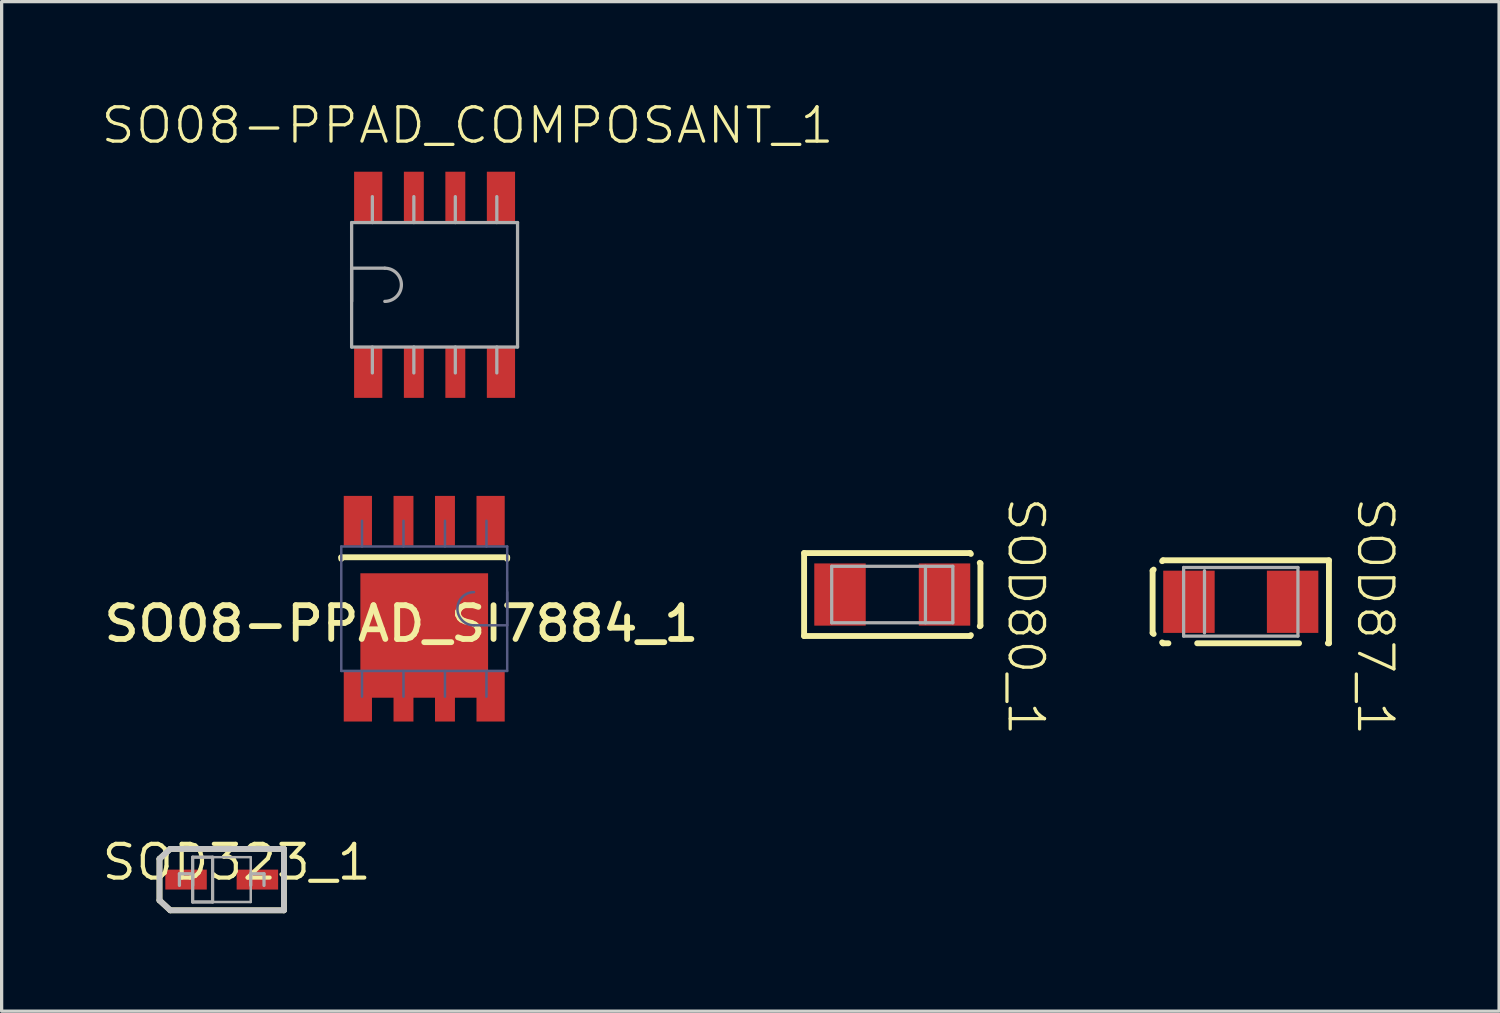
<source format=kicad_pcb>
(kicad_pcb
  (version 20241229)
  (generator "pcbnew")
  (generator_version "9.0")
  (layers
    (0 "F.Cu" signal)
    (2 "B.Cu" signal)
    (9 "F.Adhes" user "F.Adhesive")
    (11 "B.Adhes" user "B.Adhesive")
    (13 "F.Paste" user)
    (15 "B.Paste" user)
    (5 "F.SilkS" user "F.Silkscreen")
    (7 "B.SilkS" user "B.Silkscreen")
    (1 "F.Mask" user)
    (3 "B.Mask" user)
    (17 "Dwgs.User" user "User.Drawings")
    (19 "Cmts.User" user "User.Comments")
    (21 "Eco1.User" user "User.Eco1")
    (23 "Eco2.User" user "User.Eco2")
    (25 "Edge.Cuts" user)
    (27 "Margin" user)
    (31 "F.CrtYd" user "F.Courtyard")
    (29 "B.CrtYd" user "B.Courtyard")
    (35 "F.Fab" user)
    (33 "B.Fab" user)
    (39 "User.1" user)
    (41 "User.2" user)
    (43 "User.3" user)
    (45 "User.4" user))
  (footprint "SOD80_1"
    (layer "F.Cu")
    (at 24.267 15.152)
    (property "Reference" "SOD80_1" (at 4.092 0.672 270) (unlocked yes) (layer "F.SilkS") (effects (font (size 1.05 1.104) (thickness 0.1))))
    (attr smd)
    (fp_line (start -2.699 -1.27) (end 2.381 -1.27) (stroke (width 0.18) (type solid)) (layer "F.SilkS"))
    (fp_line (start -2.699 1.27) (end -2.699 -1.27) (stroke (width 0.18) (type solid)) (layer "F.SilkS"))
    (fp_line (start -2.699 1.27) (end 2.381 1.27) (stroke (width 0.18) (type solid)) (layer "F.SilkS"))
    (fp_line (start 2.381 -1.27) (end 2.407 -1.244) (stroke (width 0.18) (type solid)) (layer "F.SilkS"))
    (fp_line (start 2.381 1.27) (end 2.407 1.244) (stroke (width 0.18) (type solid)) (layer "F.SilkS"))
    (fp_line (start 2.679 -0.972) (end 2.699 -0.953) (stroke (width 0.18) (type solid)) (layer "F.SilkS"))
    (fp_line (start 2.679 0.972) (end 2.699 0.953) (stroke (width 0.18) (type solid)) (layer "F.SilkS"))
    (fp_line (start 2.699 0.953) (end 2.699 -0.953) (stroke (width 0.18) (type solid)) (layer "F.SilkS"))
    (fp_line (start -1.854 -0.864) (end 1.854 -0.864) (stroke (width 0.1) (type solid)) (layer "F.Fab"))
    (fp_line (start -1.854 0.864) (end -1.854 -0.864) (stroke (width 0.1) (type solid)) (layer "F.Fab"))
    (fp_line (start -1.854 0.864) (end 1.854 0.864) (stroke (width 0.1) (type solid)) (layer "F.Fab"))
    (fp_line (start 1.016 0.864) (end 1.016 -0.864) (stroke (width 0.1) (type solid)) (layer "F.Fab"))
    (fp_line (start 1.854 0.864) (end 1.854 -0.864) (stroke (width 0.1) (type solid)) (layer "F.Fab"))
    (pad "A" smd rect (at -1.6 0) (size 1.575 1.905) (layers "F.Cu" "F.Mask" "F.Paste"))
    (pad "K" smd rect (at 1.6 0) (size 1.575 1.905) (layers "F.Cu" "F.Mask" "F.Paste")))
  (footprint "SO08-PPAD_SI7884_1"
    (layer "F.Cu")
    (at 9.938 15.586)
    (property "Reference" "SO08-PPAD_SI7884_1" (at -0.699 0.457 0) (unlocked yes) (layer "F.SilkS") (effects (font (size 1.033 1.087) (thickness 0.178))))
    (attr smd)
    (fp_line (start -2.54 -1.575) (end -2.54 -1.524) (stroke (width 0.178) (type solid)) (layer "F.SilkS"))
    (fp_line (start 2.54 -1.575) (end -2.54 -1.575) (stroke (width 0.178) (type solid)) (layer "F.SilkS"))
    (fp_line (start 2.54 -1.575) (end 2.54 -1.524) (stroke (width 0.178) (type solid)) (layer "F.SilkS"))
    (fp_line (start -2.54 -1.905) (end -2.54 1.905) (stroke (width 0.076) (type solid)) (layer "B.Fab"))
    (fp_line (start -1.905 -2.692) (end -1.905 -1.905) (stroke (width 0.076) (type solid)) (layer "B.Fab"))
    (fp_line (start -1.905 1.905) (end -1.905 2.692) (stroke (width 0.076) (type solid)) (layer "B.Fab"))
    (fp_line (start -0.635 -2.692) (end -0.635 -1.905) (stroke (width 0.076) (type solid)) (layer "B.Fab"))
    (fp_line (start -0.635 1.905) (end -0.635 2.692) (stroke (width 0.076) (type solid)) (layer "B.Fab"))
    (fp_line (start 0.635 -2.692) (end 0.635 -1.905) (stroke (width 0.076) (type solid)) (layer "B.Fab"))
    (fp_line (start 0.635 1.905) (end 0.635 2.692) (stroke (width 0.076) (type solid)) (layer "B.Fab"))
    (fp_line (start 1.905 -2.692) (end 1.905 -1.905) (stroke (width 0.076) (type solid)) (layer "B.Fab"))
    (fp_line (start 1.905 1.905) (end 1.905 2.692) (stroke (width 0.076) (type solid)) (layer "B.Fab"))
    (fp_line (start 2.54 -1.905) (end -2.54 -1.905) (stroke (width 0.076) (type solid)) (layer "B.Fab"))
    (fp_line (start 2.54 -1.905) (end 2.54 1.905) (stroke (width 0.076) (type solid)) (layer "B.Fab"))
    (fp_line (start 2.54 -0.508) (end 2.54 0.508) (stroke (width 0.076) (type solid)) (layer "B.Fab"))
    (fp_line (start 2.54 0.508) (end 1.524 0.508) (stroke (width 0.076) (type solid)) (layer "B.Fab"))
    (fp_line (start 2.54 1.905) (end -2.54 1.905) (stroke (width 0.076) (type solid)) (layer "B.Fab"))
    (fp_arc (start 1.524 0.508) (mid 1.016 0) (end 1.524 -0.508) (stroke (width 0.0762) (type solid)) (layer "B.Fab"))
    (pad "D" smd rect (at -2.032 2.692 180) (size 0.864 1.524) (layers "F.Cu" "F.Mask" "F.Paste"))
    (pad "D1" smd rect (at -0.635 2.692 180) (size 0.61 1.524) (layers "F.Cu" "F.Mask" "F.Paste"))
    (pad "D2" smd rect (at 0.635 2.692 180) (size 0.61 1.524) (layers "F.Cu" "F.Mask" "F.Paste"))
    (pad "D3" smd rect (at 2.032 2.692 180) (size 0.864 1.524) (layers "F.Cu" "F.Mask" "F.Paste"))
    (pad "D4" smd rect (at 0 0.82) (size 3.91 3.81) (layers "F.Cu" "F.Mask" "F.Paste"))
    (pad "G" smd rect (at -2.032 -2.692 180) (size 0.864 1.524) (layers "F.Cu" "F.Mask" "F.Paste"))
    (pad "S" smd rect (at 2.032 -2.692 180) (size 0.864 1.524) (layers "F.Cu" "F.Mask" "F.Paste"))
    (pad "S1" smd rect (at 0.635 -2.692 180) (size 0.61 1.524) (layers "F.Cu" "F.Mask" "F.Paste"))
    (pad "S2" smd rect (at -0.635 -2.692 180) (size 0.61 1.524) (layers "F.Cu" "F.Mask" "F.Paste")))
  (footprint "SOD323_1"
    (layer "F.Cu")
    (at 3.738 23.879)
    (property "Reference" "SOD323_1" (at 0.457 -0.533 0) (unlocked yes) (layer "F.SilkS") (effects (font (size 1.033 1.087) (thickness 0.127))))
    (attr smd)
    (fp_line (start -1.905 -0.635) (end -1.575 -0.94) (stroke (width 0.178) (type solid)) (layer "F.SilkS"))
    (fp_line (start -1.905 0.635) (end -1.905 -0.635) (stroke (width 0.178) (type solid)) (layer "F.SilkS"))
    (fp_line (start -1.905 0.635) (end -1.575 0.94) (stroke (width 0.178) (type solid)) (layer "F.SilkS"))
    (fp_line (start -1.575 -0.94) (end 1.905 -0.94) (stroke (width 0.178) (type solid)) (layer "F.SilkS"))
    (fp_line (start -1.575 0.94) (end 1.905 0.94) (stroke (width 0.178) (type solid)) (layer "F.SilkS"))
    (fp_line (start 1.905 0.94) (end 1.905 -0.94) (stroke (width 0.178) (type solid)) (layer "F.SilkS"))
    (fp_line (start -1.905 -0.635) (end -1.575 -0.94) (stroke (width 0.178) (type solid)) (layer "Dwgs.User"))
    (fp_line (start -1.905 0.635) (end -1.905 -0.635) (stroke (width 0.178) (type solid)) (layer "Dwgs.User"))
    (fp_line (start -1.905 0.635) (end -1.575 0.94) (stroke (width 0.178) (type solid)) (layer "Dwgs.User"))
    (fp_line (start -1.575 -0.94) (end 1.905 -0.94) (stroke (width 0.178) (type solid)) (layer "Dwgs.User"))
    (fp_line (start -1.575 0.94) (end 1.905 0.94) (stroke (width 0.178) (type solid)) (layer "Dwgs.User"))
    (fp_line (start 1.905 0.94) (end 1.905 -0.94) (stroke (width 0.178) (type solid)) (layer "Dwgs.User"))
    (fp_line (start -1.295 -0.178) (end -0.889 -0.178) (stroke (width 0.1) (type solid)) (layer "F.Fab"))
    (fp_line (start -1.295 0.178) (end -1.295 -0.178) (stroke (width 0.1) (type solid)) (layer "F.Fab"))
    (fp_line (start -0.889 -0.686) (end -0.279 -0.686) (stroke (width 0.1) (type solid)) (layer "F.Fab"))
    (fp_line (start -0.889 -0.686) (end 0.889 -0.686) (stroke (width 0.076) (type solid)) (layer "F.Fab"))
    (fp_line (start -0.889 0.178) (end -0.889 -0.178) (stroke (width 0.1) (type solid)) (layer "F.Fab"))
    (fp_line (start -0.889 0.686) (end -0.889 -0.686) (stroke (width 0.076) (type solid)) (layer "F.Fab"))
    (fp_line (start -0.889 0.686) (end -0.889 -0.686) (stroke (width 0.1) (type solid)) (layer "F.Fab"))
    (fp_line (start -0.889 0.686) (end -0.279 0.686) (stroke (width 0.1) (type solid)) (layer "F.Fab"))
    (fp_line (start -0.889 0.686) (end 0.889 0.686) (stroke (width 0.076) (type solid)) (layer "F.Fab"))
    (fp_line (start -0.279 0.686) (end -0.279 -0.686) (stroke (width 0.1) (type solid)) (layer "F.Fab"))
    (fp_line (start 0.889 -0.178) (end 1.295 -0.178) (stroke (width 0.1) (type solid)) (layer "F.Fab"))
    (fp_line (start 0.889 0.178) (end 0.889 -0.178) (stroke (width 0.1) (type solid)) (layer "F.Fab"))
    (fp_line (start 0.889 0.686) (end 0.889 -0.686) (stroke (width 0.076) (type solid)) (layer "F.Fab"))
    (fp_line (start 1.295 0.178) (end 1.295 -0.178) (stroke (width 0.1) (type solid)) (layer "F.Fab"))
    (pad "A" smd rect (at 1.092 0) (size 1.27 0.61) (layers "F.Cu" "F.Mask" "F.Paste"))
    (pad "K" smd rect (at -1.092 0) (size 1.27 0.61) (layers "F.Cu" "F.Mask" "F.Paste")))
  (footprint "SOD87_1"
    (layer "F.Cu")
    (at 34.937 15.374)
    (property "Reference" "SOD87_1" (at 4.118 0.45 270) (unlocked yes) (layer "F.SilkS") (effects (font (size 1.05 1.104) (thickness 0.1))))
    (attr smd)
    (fp_line (start -2.699 -0.953) (end -2.667 -0.985) (stroke (width 0.18) (type solid)) (layer "F.SilkS"))
    (fp_line (start -2.699 0.953) (end -2.699 -0.953) (stroke (width 0.18) (type solid)) (layer "F.SilkS"))
    (fp_line (start -2.699 0.953) (end -2.667 0.985) (stroke (width 0.18) (type solid)) (layer "F.SilkS"))
    (fp_line (start -2.407 -1.244) (end -2.381 -1.27) (stroke (width 0.18) (type solid)) (layer "F.SilkS"))
    (fp_line (start -2.407 1.244) (end -2.381 1.27) (stroke (width 0.18) (type solid)) (layer "F.SilkS"))
    (fp_line (start -2.381 -1.27) (end 2.699 -1.27) (stroke (width 0.18) (type solid)) (layer "F.SilkS"))
    (fp_line (start -2.381 1.27) (end -2.216 1.27) (stroke (width 0.18) (type solid)) (layer "F.SilkS"))
    (fp_line (start -1.334 1.27) (end 1.784 1.27) (stroke (width 0.18) (type solid)) (layer "F.SilkS"))
    (fp_line (start 2.666 1.27) (end 2.699 1.27) (stroke (width 0.18) (type solid)) (layer "F.SilkS"))
    (fp_line (start 2.699 1.27) (end 2.699 -1.27) (stroke (width 0.18) (type solid)) (layer "F.SilkS"))
    (fp_line (start -1.75 -1.05) (end 1.75 -1.05) (stroke (width 0.1) (type solid)) (layer "F.Fab"))
    (fp_line (start -1.75 1.05) (end -1.75 -1.05) (stroke (width 0.1) (type solid)) (layer "F.Fab"))
    (fp_line (start -1.75 1.05) (end 1.75 1.05) (stroke (width 0.1) (type solid)) (layer "F.Fab"))
    (fp_line (start -1.111 0.953) (end -1.111 -0.953) (stroke (width 0.1) (type solid)) (layer "F.Fab"))
    (fp_line (start 1.75 1.05) (end 1.75 -1.05) (stroke (width 0.1) (type solid)) (layer "F.Fab"))
    (pad "A" smd rect (at 1.587 0) (size 1.575 1.905) (layers "F.Cu" "F.Mask" "F.Paste"))
    (pad "K" smd rect (at -1.587 0) (size 1.575 1.905) (layers "F.Cu" "F.Mask" "F.Paste")))
  (footprint "SO08-PPAD_COMPOSANT_1"
    (layer "F.Cu")
    (at 10.255 5.669)
    (property "Reference" "SO08-PPAD_COMPOSANT_1" (at 1.009 -4.88 0) (unlocked yes) (layer "F.SilkS") (effects (font (size 1.05 1.104) (thickness 0.1))))
    (attr smd)
    (fp_line (start -2.6 -1.7) (end 2.65 -1.7) (stroke (width 0.00003) (type solid)) (layer "Dwgs.User"))
    (fp_line (start -2.6 1.7) (end -2.6 -1.7) (stroke (width 0.00003) (type solid)) (layer "Dwgs.User"))
    (fp_line (start -2.6 1.7) (end 2.65 1.7) (stroke (width 0.00003) (type solid)) (layer "Dwgs.User"))
    (fp_line (start -2.5 -1.587) (end 2.54 -1.587) (stroke (width 0.00003) (type solid)) (layer "Dwgs.User"))
    (fp_line (start -2.5 1.587) (end -2.5 -1.587) (stroke (width 0.00003) (type solid)) (layer "Dwgs.User"))
    (fp_line (start -2.5 1.587) (end 2.54 1.587) (stroke (width 0.00003) (type solid)) (layer "Dwgs.User"))
    (fp_line (start 2.54 1.587) (end 2.54 -1.587) (stroke (width 0.00003) (type solid)) (layer "Dwgs.User"))
    (fp_line (start 2.65 1.7) (end 2.65 -1.7) (stroke (width 0.00003) (type solid)) (layer "Dwgs.User"))
    (fp_line (start -2.54 -1.905) (end 2.54 -1.905) (stroke (width 0.1) (type solid)) (layer "F.Fab"))
    (fp_line (start -2.54 -0.508) (end -1.524 -0.508) (stroke (width 0.1) (type solid)) (layer "F.Fab"))
    (fp_line (start -2.54 0.508) (end -2.54 -0.508) (stroke (width 0.1) (type solid)) (layer "F.Fab"))
    (fp_line (start -2.54 1.905) (end -2.54 -1.905) (stroke (width 0.1) (type solid)) (layer "F.Fab"))
    (fp_line (start -2.54 1.905) (end 2.54 1.905) (stroke (width 0.1) (type solid)) (layer "F.Fab"))
    (fp_line (start -1.905 -1.905) (end -1.905 -2.699) (stroke (width 0.1) (type solid)) (layer "F.Fab"))
    (fp_line (start -1.905 2.699) (end -1.905 1.905) (stroke (width 0.1) (type solid)) (layer "F.Fab"))
    (fp_line (start -0.635 -1.905) (end -0.635 -2.699) (stroke (width 0.1) (type solid)) (layer "F.Fab"))
    (fp_line (start -0.635 2.699) (end -0.635 1.905) (stroke (width 0.1) (type solid)) (layer "F.Fab"))
    (fp_line (start 0.635 -1.905) (end 0.635 -2.699) (stroke (width 0.1) (type solid)) (layer "F.Fab"))
    (fp_line (start 0.635 2.699) (end 0.635 1.905) (stroke (width 0.1) (type solid)) (layer "F.Fab"))
    (fp_line (start 1.905 -1.905) (end 1.905 -2.699) (stroke (width 0.1) (type solid)) (layer "F.Fab"))
    (fp_line (start 1.905 2.699) (end 1.905 1.905) (stroke (width 0.1) (type solid)) (layer "F.Fab"))
    (fp_line (start 2.54 1.905) (end 2.54 -1.905) (stroke (width 0.1) (type solid)) (layer "F.Fab"))
    (fp_arc (start -1.52399 -0.508) (mid -1.01599 0) (end -1.52399 0.508) (stroke (width 0.1) (type solid)) (layer "F.Fab"))
    (pad "1" smd rect (at -2.032 2.7) (size 0.864 1.524) (layers "F.Cu" "F.Mask" "F.Paste"))
    (pad "2" smd rect (at -0.635 2.7) (size 0.61 1.524) (layers "F.Cu" "F.Mask" "F.Paste"))
    (pad "3" smd rect (at 0.635 2.7) (size 0.61 1.524) (layers "F.Cu" "F.Mask" "F.Paste"))
    (pad "4" smd rect (at 2.032 2.7) (size 0.864 1.524) (layers "F.Cu" "F.Mask" "F.Paste"))
    (pad "5" smd rect (at 2.032 -2.7) (size 0.864 1.524) (layers "F.Cu" "F.Mask" "F.Paste"))
    (pad "6" smd rect (at 0.635 -2.7) (size 0.61 1.524) (layers "F.Cu" "F.Mask" "F.Paste"))
    (pad "7" smd rect (at -0.635 -2.7) (size 0.61 1.524) (layers "F.Cu" "F.Mask" "F.Paste"))
    (pad "8" smd rect (at -2.032 -2.7) (size 0.864 1.524) (layers "F.Cu" "F.Mask" "F.Paste")))
  (gr_rect
    (start -3 -3)
    (end 42.845 27.907)
    (stroke (width 0.1) (type default))
    (fill no)
    (layer "Edge.Cuts")))
</source>
